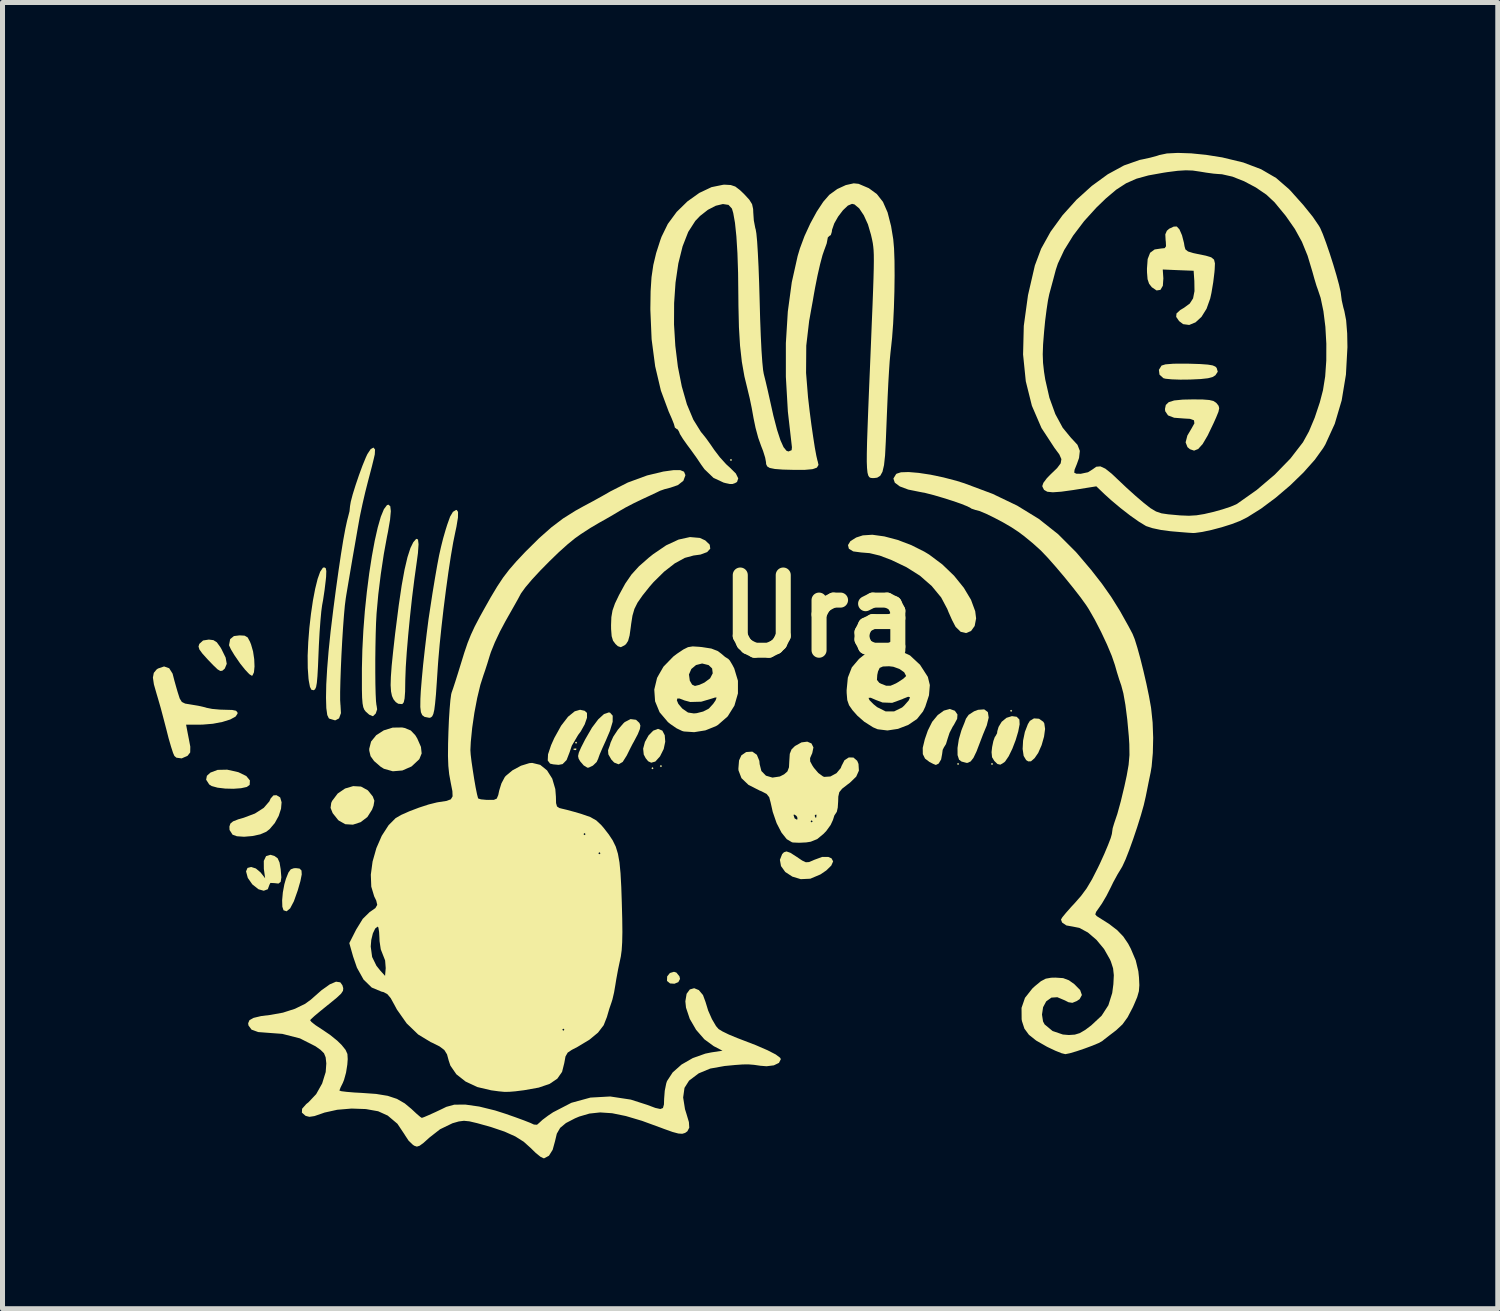
<source format=kicad_pcb>
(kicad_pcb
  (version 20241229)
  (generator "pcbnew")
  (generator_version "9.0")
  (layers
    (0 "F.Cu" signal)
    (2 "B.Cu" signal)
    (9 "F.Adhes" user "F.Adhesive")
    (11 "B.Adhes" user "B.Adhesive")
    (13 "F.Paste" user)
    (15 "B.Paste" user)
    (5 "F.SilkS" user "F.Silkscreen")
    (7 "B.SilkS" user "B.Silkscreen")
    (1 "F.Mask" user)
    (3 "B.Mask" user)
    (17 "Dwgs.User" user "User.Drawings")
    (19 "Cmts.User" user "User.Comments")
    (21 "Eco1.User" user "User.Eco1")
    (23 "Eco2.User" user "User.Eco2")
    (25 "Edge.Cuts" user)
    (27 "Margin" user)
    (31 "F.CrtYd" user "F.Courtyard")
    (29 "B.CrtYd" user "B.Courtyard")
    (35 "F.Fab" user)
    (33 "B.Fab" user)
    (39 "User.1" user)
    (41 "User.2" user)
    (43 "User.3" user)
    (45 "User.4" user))
  (footprint "Ura"
    (layer "F.Cu")
    (at 13.288 9.242)
    (property "Reference" "Ura" (at 0 0 0) (layer "F.SilkS") (effects (font (size 1.5 1.5) (thickness 0.3))))
    (attr board_only exclude_from_pos_files exclude_from_bom)
    (fp_poly (pts (xy -4.826 2.523) (xy -4.847 2.544) (xy -4.868 2.523) (xy -4.847 2.502)) (stroke (width 0) (type solid)) (fill yes) (layer "F.SilkS"))
    (fp_poly (pts (xy -3.302 3.032) (xy -3.323 3.053) (xy -3.344 3.032) (xy -3.323 3.011)) (stroke (width 0) (type solid)) (fill yes) (layer "F.SilkS"))
    (fp_poly (pts (xy -3.133 2.989) (xy -3.154 3.011) (xy -3.175 2.989) (xy -3.154 2.968)) (stroke (width 0) (type solid)) (fill yes) (layer "F.SilkS"))
    (fp_poly (pts (xy -1.736 -3.117) (xy -1.757 -3.095) (xy -1.778 -3.117) (xy -1.757 -3.138)) (stroke (width 0) (type solid)) (fill yes) (layer "F.SilkS"))
    (fp_poly (pts (xy 2.794 2.947) (xy 2.773 2.968) (xy 2.752 2.947) (xy 2.773 2.926)) (stroke (width 0) (type solid)) (fill yes) (layer "F.SilkS"))
    (fp_poly (pts (xy 3.471 2.947) (xy 3.45 2.968) (xy 3.429 2.947) (xy 3.45 2.926)) (stroke (width 0) (type solid)) (fill yes) (layer "F.SilkS"))
    (fp_poly (pts (xy 3.852 1.887) (xy 3.831 1.908) (xy 3.81 1.887) (xy 3.831 1.866)) (stroke (width 0) (type solid)) (fill yes) (layer "F.SilkS"))
    (fp_poly (pts (xy -4.84 2.643) (xy -4.846 2.668) (xy -4.868 2.671) (xy -4.903 2.656) (xy -4.897 2.643) (xy -4.846 2.638)) (stroke (width 0) (type solid)) (fill yes) (layer "F.SilkS"))
    (fp_poly (pts (xy -2.846 7.108) (xy -2.785 7.183) (xy -2.773 7.235) (xy -2.807 7.299) (xy -2.885 7.331) (xy -2.972 7.325) (xy -3.031 7.277) (xy -3.033 7.272) (xy -3.03 7.185) (xy -2.975 7.117) (xy -2.894 7.093)) (stroke (width 0) (type solid)) (fill yes) (layer "F.SilkS"))
    (fp_poly (pts (xy -3.126 2.282) (xy -3.078 2.374) (xy -3.068 2.503) (xy -3.099 2.649) (xy -3.171 2.793) (xy -3.176 2.8) (xy -3.266 2.899) (xy -3.348 2.922) (xy -3.409 2.893) (xy -3.458 2.833) (xy -3.497 2.759) (xy -3.509 2.642) (xy -3.473 2.507) (xy -3.401 2.378) (xy -3.308 2.283) (xy -3.212 2.247)) (stroke (width 0) (type solid)) (fill yes) (layer "F.SilkS"))
    (fp_poly (pts (xy -11.592 3.109) (xy -11.579 3.113) (xy -11.425 3.188) (xy -11.353 3.276) (xy -11.358 3.365) (xy -11.415 3.406) (xy -11.53 3.431) (xy -11.682 3.442) (xy -11.846 3.438) (xy -11.998 3.42) (xy -12.115 3.388) (xy -12.164 3.357) (xy -12.226 3.261) (xy -12.211 3.183) (xy -12.14 3.119) (xy -11.996 3.065) (xy -11.806 3.061)) (stroke (width 0) (type solid)) (fill yes) (layer "F.SilkS"))
    (fp_poly (pts (xy -10.362 5.034) (xy -10.324 5.072) (xy -10.319 5.15) (xy -10.345 5.282) (xy -10.399 5.47) (xy -10.476 5.687) (xy -10.55 5.827) (xy -10.62 5.886) (xy -10.682 5.866) (xy -10.706 5.795) (xy -10.71 5.667) (xy -10.696 5.51) (xy -10.666 5.348) (xy -10.634 5.237) (xy -10.584 5.112) (xy -10.538 5.049) (xy -10.476 5.027) (xy -10.433 5.025)) (stroke (width 0) (type solid)) (fill yes) (layer "F.SilkS"))
    (fp_poly (pts (xy 4.388 2.045) (xy 4.473 2.105) (xy 4.493 2.138) (xy 4.509 2.248) (xy 4.488 2.402) (xy 4.44 2.571) (xy 4.372 2.726) (xy 4.3 2.831) (xy 4.228 2.894) (xy 4.173 2.896) (xy 4.131 2.87) (xy 4.081 2.786) (xy 4.061 2.648) (xy 4.07 2.481) (xy 4.106 2.307) (xy 4.166 2.152) (xy 4.205 2.088) (xy 4.287 2.038)) (stroke (width 0) (type solid)) (fill yes) (layer "F.SilkS"))
    (fp_poly (pts (xy -12.081 0.477) (xy -12.013 0.52) (xy -11.944 0.615) (xy -11.921 0.654) (xy -11.837 0.825) (xy -11.815 0.95) (xy -11.853 1.042) (xy -11.862 1.052) (xy -11.903 1.087) (xy -11.944 1.092) (xy -11.998 1.06) (xy -12.082 0.98) (xy -12.188 0.87) (xy -12.3 0.746) (xy -12.36 0.664) (xy -12.378 0.605) (xy -12.362 0.552) (xy -12.362 0.552) (xy -12.287 0.484) (xy -12.173 0.466)) (stroke (width 0) (type solid)) (fill yes) (layer "F.SilkS"))
    (fp_poly (pts (xy -9.137 3.398) (xy -9.005 3.47) (xy -8.988 3.488) (xy -8.902 3.595) (xy -8.87 3.68) (xy -8.887 3.78) (xy -8.916 3.858) (xy -9.01 4.006) (xy -9.144 4.108) (xy -9.298 4.158) (xy -9.45 4.149) (xy -9.581 4.076) (xy -9.597 4.06) (xy -9.702 3.928) (xy -9.744 3.823) (xy -9.731 3.724) (xy -9.713 3.684) (xy -9.602 3.537) (xy -9.455 3.437) (xy -9.293 3.389)) (stroke (width 0) (type solid)) (fill yes) (layer "F.SilkS"))
    (fp_poly (pts (xy -11.458 0.388) (xy -11.398 0.423) (xy -11.352 0.508) (xy -11.33 0.563) (xy -11.29 0.703) (xy -11.267 0.857) (xy -11.261 1.002) (xy -11.272 1.118) (xy -11.301 1.182) (xy -11.316 1.187) (xy -11.366 1.155) (xy -11.447 1.069) (xy -11.545 0.947) (xy -11.57 0.911) (xy -11.664 0.774) (xy -11.733 0.659) (xy -11.767 0.585) (xy -11.769 0.576) (xy -11.747 0.457) (xy -11.672 0.396) (xy -11.558 0.382)) (stroke (width 0) (type solid)) (fill yes) (layer "F.SilkS"))
    (fp_poly (pts (xy -4.674 1.887) (xy -4.629 1.93) (xy -4.629 2.026) (xy -4.675 2.158) (xy -4.754 2.299) (xy -4.807 2.37) (xy -4.932 2.583) (xy -4.976 2.714) (xy -5.036 2.869) (xy -5.116 2.95) (xy -5.195 2.965) (xy -5.302 2.955) (xy -5.366 2.94) (xy -5.412 2.878) (xy -5.406 2.754) (xy -5.345 2.572) (xy -5.281 2.429) (xy -5.145 2.184) (xy -5.007 2.005) (xy -4.874 1.897) (xy -4.767 1.866)) (stroke (width 0) (type solid)) (fill yes) (layer "F.SilkS"))
    (fp_poly (pts (xy -8.264 2.23) (xy -8.143 2.28) (xy -8.054 2.374) (xy -8.015 2.438) (xy -7.941 2.607) (xy -7.927 2.737) (xy -7.972 2.848) (xy -7.981 2.859) (xy -8.129 2.997) (xy -8.311 3.077) (xy -8.502 3.093) (xy -8.68 3.043) (xy -8.747 3.001) (xy -8.876 2.889) (xy -8.946 2.792) (xy -8.972 2.683) (xy -8.973 2.645) (xy -8.936 2.5) (xy -8.833 2.373) (xy -8.683 2.277) (xy -8.505 2.222) (xy -8.317 2.219)) (stroke (width 0) (type solid)) (fill yes) (layer "F.SilkS"))
    (fp_poly (pts (xy 7.389 -5.037) (xy 7.608 -5.03) (xy 7.757 -5.019) (xy 7.852 -5.003) (xy 7.906 -4.979) (xy 7.932 -4.951) (xy 7.953 -4.877) (xy 7.907 -4.807) (xy 7.852 -4.772) (xy 7.759 -4.747) (xy 7.613 -4.731) (xy 7.4 -4.721) (xy 7.206 -4.719) (xy 7.036 -4.725) (xy 6.913 -4.737) (xy 6.869 -4.748) (xy 6.791 -4.819) (xy 6.779 -4.915) (xy 6.832 -5) (xy 6.91 -5.024) (xy 7.071 -5.037) (xy 7.315 -5.038)) (stroke (width 0) (type solid)) (fill yes) (layer "F.SilkS"))
    (fp_poly (pts (xy -10.749 3.615) (xy -10.721 3.711) (xy -10.732 3.84) (xy -10.779 3.984) (xy -10.857 4.126) (xy -10.96 4.247) (xy -11.026 4.299) (xy -11.146 4.351) (xy -11.304 4.385) (xy -11.47 4.399) (xy -11.613 4.389) (xy -11.699 4.358) (xy -11.759 4.264) (xy -11.762 4.196) (xy -11.742 4.136) (xy -11.689 4.092) (xy -11.584 4.051) (xy -11.476 4.02) (xy -11.253 3.936) (xy -11.077 3.823) (xy -10.964 3.692) (xy -10.94 3.637) (xy -10.884 3.574) (xy -10.823 3.57)) (stroke (width 0) (type solid)) (fill yes) (layer "F.SilkS"))
    (fp_poly (pts (xy -3.651 2.066) (xy -3.583 2.129) (xy -3.564 2.181) (xy -3.574 2.25) (xy -3.616 2.354) (xy -3.698 2.509) (xy -3.718 2.544) (xy -3.758 2.621) (xy -3.815 2.736) (xy -3.835 2.777) (xy -3.917 2.907) (xy -3.999 2.954) (xy -4.087 2.919) (xy -4.145 2.857) (xy -4.203 2.755) (xy -4.209 2.675) (xy -4.209 2.674) (xy -4.174 2.576) (xy -4.159 2.523) (xy -4.105 2.403) (xy -4.012 2.263) (xy -3.905 2.139) (xy -3.874 2.11) (xy -3.76 2.052)) (stroke (width 0) (type solid)) (fill yes) (layer "F.SilkS"))
    (fp_poly (pts (xy -0.572 4.719) (xy -0.45 4.797) (xy -0.449 4.798) (xy -0.336 4.874) (xy -0.263 4.908) (xy -0.199 4.904) (xy -0.114 4.868) (xy -0.105 4.863) (xy 0.06 4.802) (xy 0.185 4.802) (xy 0.248 4.829) (xy 0.281 4.89) (xy 0.244 4.974) (xy 0.145 5.071) (xy 0.027 5.151) (xy -0.174 5.236) (xy -0.365 5.245) (xy -0.533 5.194) (xy -0.674 5.102) (xy -0.759 4.984) (xy -0.781 4.859) (xy -0.736 4.745) (xy -0.701 4.709) (xy -0.649 4.692)) (stroke (width 0) (type solid)) (fill yes) (layer "F.SilkS"))
    (fp_poly (pts (xy -4.169 1.924) (xy -4.116 1.984) (xy -4.117 2.106) (xy -4.172 2.289) (xy -4.255 2.484) (xy -4.323 2.634) (xy -4.375 2.755) (xy -4.401 2.827) (xy -4.403 2.836) (xy -4.436 2.908) (xy -4.511 2.98) (xy -4.594 3.02) (xy -4.622 3.021) (xy -4.695 2.976) (xy -4.764 2.896) (xy -4.796 2.841) (xy -4.807 2.789) (xy -4.792 2.721) (xy -4.747 2.618) (xy -4.667 2.461) (xy -4.657 2.443) (xy -4.529 2.222) (xy -4.404 2.056) (xy -4.29 1.952) (xy -4.194 1.919)) (stroke (width 0) (type solid)) (fill yes) (layer "F.SilkS"))
    (fp_poly (pts (xy 3.367 1.912) (xy 3.384 2.022) (xy 3.345 2.18) (xy 3.328 2.22) (xy 3.271 2.358) (xy 3.216 2.502) (xy 3.141 2.698) (xy 3.08 2.825) (xy 3.025 2.896) (xy 2.967 2.924) (xy 2.943 2.926) (xy 2.842 2.899) (xy 2.793 2.862) (xy 2.763 2.771) (xy 2.762 2.627) (xy 2.788 2.456) (xy 2.838 2.282) (xy 2.855 2.237) (xy 2.899 2.129) (xy 2.926 2.056) (xy 2.929 2.046) (xy 2.983 1.968) (xy 3.092 1.897) (xy 3.171 1.867) (xy 3.294 1.858)) (stroke (width 0) (type solid)) (fill yes) (layer "F.SilkS"))
    (fp_poly (pts (xy 3.943 2.006) (xy 3.996 2.061) (xy 4.001 2.156) (xy 3.973 2.3) (xy 3.922 2.471) (xy 3.856 2.643) (xy 3.783 2.793) (xy 3.713 2.896) (xy 3.693 2.915) (xy 3.617 2.961) (xy 3.559 2.948) (xy 3.496 2.887) (xy 3.451 2.813) (xy 3.441 2.712) (xy 3.452 2.611) (xy 3.477 2.49) (xy 3.506 2.409) (xy 3.519 2.393) (xy 3.551 2.335) (xy 3.556 2.293) (xy 3.581 2.208) (xy 3.642 2.107) (xy 3.644 2.105) (xy 3.738 2.027) (xy 3.847 1.993)) (stroke (width 0) (type solid)) (fill yes) (layer "F.SilkS"))
    (fp_poly (pts (xy -10.864 4.782) (xy -10.8 4.828) (xy -10.762 4.912) (xy -10.739 5.048) (xy -10.726 5.208) (xy -10.739 5.299) (xy -10.783 5.333) (xy -10.863 5.324) (xy -10.944 5.32) (xy -10.964 5.358) (xy -10.996 5.446) (xy -11.077 5.476) (xy -11.181 5.447) (xy -11.304 5.35) (xy -11.395 5.22) (xy -11.43 5.09) (xy -11.43 5.09) (xy -11.401 5.021) (xy -11.328 5.002) (xy -11.234 5.032) (xy -11.143 5.108) (xy -11.137 5.115) (xy -11.049 5.227) (xy -11.075 5.04) (xy -11.076 4.881) (xy -11.031 4.786) (xy -10.943 4.759)) (stroke (width 0) (type solid)) (fill yes) (layer "F.SilkS"))
    (fp_poly (pts (xy 2.707 1.885) (xy 2.712 1.89) (xy 2.761 1.96) (xy 2.755 2.046) (xy 2.69 2.167) (xy 2.665 2.205) (xy 2.603 2.326) (xy 2.563 2.448) (xy 2.532 2.55) (xy 2.496 2.608) (xy 2.494 2.61) (xy 2.466 2.666) (xy 2.455 2.75) (xy 2.435 2.857) (xy 2.385 2.94) (xy 2.33 2.967) (xy 2.28 2.947) (xy 2.203 2.908) (xy 2.114 2.84) (xy 2.07 2.751) (xy 2.068 2.626) (xy 2.11 2.453) (xy 2.17 2.28) (xy 2.256 2.107) (xy 2.367 1.972) (xy 2.489 1.883) (xy 2.607 1.85)) (stroke (width 0) (type solid)) (fill yes) (layer "F.SilkS"))
    (fp_poly (pts (xy 7.656 -4.323) (xy 7.784 -4.313) (xy 7.865 -4.294) (xy 7.918 -4.26) (xy 7.935 -4.243) (xy 7.97 -4.197) (xy 7.982 -4.149) (xy 7.967 -4.078) (xy 7.921 -3.965) (xy 7.87 -3.851) (xy 7.752 -3.605) (xy 7.652 -3.435) (xy 7.563 -3.336) (xy 7.481 -3.303) (xy 7.399 -3.331) (xy 7.349 -3.373) (xy 7.312 -3.468) (xy 7.347 -3.604) (xy 7.43 -3.745) (xy 7.487 -3.847) (xy 7.479 -3.908) (xy 7.4 -3.937) (xy 7.279 -3.944) (xy 7.083 -3.959) (xy 6.961 -4.006) (xy 6.905 -4.089) (xy 6.9 -4.134) (xy 6.917 -4.214) (xy 6.975 -4.27) (xy 7.084 -4.304) (xy 7.257 -4.321) (xy 7.462 -4.325)) (stroke (width 0) (type solid)) (fill yes) (layer "F.SilkS"))
    (fp_poly (pts (xy -9.841 -0.96) (xy -9.829 -0.902) (xy -9.833 -0.786) (xy -9.841 -0.71) (xy -9.864 -0.519) (xy -9.894 -0.319) (xy -9.913 -0.217) (xy -9.929 -0.096) (xy -9.946 0.089) (xy -9.963 0.318) (xy -9.977 0.572) (xy -9.984 0.737) (xy -9.995 1.004) (xy -10.006 1.198) (xy -10.018 1.331) (xy -10.033 1.413) (xy -10.053 1.457) (xy -10.078 1.475) (xy -10.083 1.476) (xy -10.126 1.467) (xy -10.155 1.41) (xy -10.178 1.29) (xy -10.184 1.246) (xy -10.199 1.034) (xy -10.201 0.785) (xy -10.189 0.514) (xy -10.167 0.232) (xy -10.135 -0.047) (xy -10.096 -0.312) (xy -10.051 -0.548) (xy -10.002 -0.745) (xy -9.951 -0.888) (xy -9.899 -0.965) (xy -9.874 -0.975)) (stroke (width 0) (type solid)) (fill yes) (layer "F.SilkS"))
    (fp_poly (pts (xy -8 -1.531) (xy -7.989 -1.436) (xy -8.001 -1.26) (xy -8.025 -1.081) (xy -8.072 -0.742) (xy -8.118 -0.375) (xy -8.159 0.002) (xy -8.195 0.371) (xy -8.224 0.714) (xy -8.244 1.013) (xy -8.253 1.251) (xy -8.254 1.299) (xy -8.257 1.505) (xy -8.267 1.639) (xy -8.284 1.717) (xy -8.312 1.751) (xy -8.317 1.753) (xy -8.394 1.746) (xy -8.444 1.713) (xy -8.488 1.659) (xy -8.519 1.592) (xy -8.538 1.5) (xy -8.546 1.375) (xy -8.541 1.208) (xy -8.525 0.987) (xy -8.496 0.704) (xy -8.456 0.348) (xy -8.444 0.254) (xy -8.384 -0.218) (xy -8.326 -0.611) (xy -8.268 -0.93) (xy -8.21 -1.177) (xy -8.151 -1.36) (xy -8.094 -1.476) (xy -8.035 -1.544)) (stroke (width 0) (type solid)) (fill yes) (layer "F.SilkS"))
    (fp_poly (pts (xy 1.303 -1.592) (xy 1.568 -1.522) (xy 1.841 -1.418) (xy 2.1 -1.288) (xy 2.196 -1.23) (xy 2.459 -1.033) (xy 2.693 -0.808) (xy 2.887 -0.568) (xy 3.031 -0.328) (xy 3.115 -0.1) (xy 3.133 0.043) (xy 3.104 0.195) (xy 3.032 0.295) (xy 2.933 0.336) (xy 2.825 0.311) (xy 2.726 0.214) (xy 2.718 0.201) (xy 2.653 0.076) (xy 2.584 -0.079) (xy 2.558 -0.144) (xy 2.436 -0.374) (xy 2.248 -0.602) (xy 2.011 -0.809) (xy 1.743 -0.978) (xy 1.729 -0.985) (xy 1.446 -1.12) (xy 1.212 -1.209) (xy 1.01 -1.258) (xy 0.838 -1.272) (xy 0.681 -1.293) (xy 0.595 -1.346) (xy 0.577 -1.419) (xy 0.626 -1.498) (xy 0.741 -1.57) (xy 0.874 -1.613) (xy 1.064 -1.625)) (stroke (width 0) (type solid)) (fill yes) (layer "F.SilkS"))
    (fp_poly (pts (xy -2.379 -1.562) (xy -2.271 -1.513) (xy -2.181 -1.427) (xy -2.17 -1.347) (xy -2.233 -1.279) (xy -2.364 -1.23) (xy -2.503 -1.211) (xy -2.677 -1.164) (xy -2.878 -1.054) (xy -3.09 -0.889) (xy -3.301 -0.681) (xy -3.377 -0.594) (xy -3.521 -0.414) (xy -3.62 -0.272) (xy -3.683 -0.146) (xy -3.722 -0.011) (xy -3.748 0.155) (xy -3.755 0.211) (xy -3.779 0.383) (xy -3.809 0.492) (xy -3.851 0.557) (xy -3.881 0.581) (xy -3.954 0.618) (xy -4.013 0.598) (xy -4.061 0.554) (xy -4.11 0.488) (xy -4.137 0.398) (xy -4.148 0.258) (xy -4.149 0.179) (xy -4.143 0.018) (xy -4.12 -0.115) (xy -4.071 -0.254) (xy -3.989 -0.425) (xy -3.867 -0.649) (xy -3.742 -0.831) (xy -3.594 -0.994) (xy -3.4 -1.165) (xy -3.31 -1.237) (xy -3.05 -1.414) (xy -2.802 -1.529) (xy -2.575 -1.579)) (stroke (width 0) (type solid)) (fill yes) (layer "F.SilkS"))
    (fp_poly (pts (xy -8.553 -2.194) (xy -8.542 -2.096) (xy -8.557 -1.927) (xy -8.599 -1.683) (xy -8.618 -1.59) (xy -8.682 -1.239) (xy -8.742 -0.841) (xy -8.792 -0.436) (xy -8.826 -0.061) (xy -8.827 -0.046) (xy -8.837 0.137) (xy -8.844 0.361) (xy -8.849 0.609) (xy -8.852 0.866) (xy -8.852 1.118) (xy -8.85 1.35) (xy -8.845 1.546) (xy -8.838 1.692) (xy -8.829 1.773) (xy -8.826 1.782) (xy -8.815 1.858) (xy -8.843 1.941) (xy -8.894 1.991) (xy -8.907 1.993) (xy -8.973 1.964) (xy -9.042 1.903) (xy -9.071 1.865) (xy -9.092 1.814) (xy -9.106 1.738) (xy -9.115 1.624) (xy -9.119 1.459) (xy -9.119 1.23) (xy -9.119 1.045) (xy -9.11 0.671) (xy -9.09 0.284) (xy -9.06 -0.105) (xy -9.02 -0.487) (xy -8.973 -0.855) (xy -8.92 -1.197) (xy -8.863 -1.506) (xy -8.803 -1.771) (xy -8.742 -1.984) (xy -8.68 -2.135) (xy -8.62 -2.215) (xy -8.591 -2.226)) (stroke (width 0) (type solid)) (fill yes) (layer "F.SilkS"))
    (fp_poly (pts (xy -7.201 -2.081) (xy -7.203 -1.968) (xy -7.233 -1.785) (xy -7.256 -1.678) (xy -7.298 -1.472) (xy -7.345 -1.198) (xy -7.394 -0.876) (xy -7.443 -0.52) (xy -7.49 -0.15) (xy -7.532 0.217) (xy -7.568 0.564) (xy -7.595 0.874) (xy -7.604 0.996) (xy -7.625 1.316) (xy -7.642 1.561) (xy -7.659 1.742) (xy -7.675 1.868) (xy -7.694 1.949) (xy -7.716 1.996) (xy -7.743 2.019) (xy -7.772 2.027) (xy -7.869 2.008) (xy -7.916 1.973) (xy -7.942 1.914) (xy -7.954 1.811) (xy -7.952 1.648) (xy -7.944 1.494) (xy -7.925 1.26) (xy -7.898 0.971) (xy -7.863 0.655) (xy -7.826 0.342) (xy -7.79 0.06) (xy -7.768 -0.085) (xy -7.711 -0.458) (xy -7.661 -0.761) (xy -7.618 -1.009) (xy -7.579 -1.214) (xy -7.539 -1.391) (xy -7.498 -1.554) (xy -7.451 -1.717) (xy -7.418 -1.823) (xy -7.359 -1.988) (xy -7.303 -2.082) (xy -7.244 -2.118) (xy -7.228 -2.12)) (stroke (width 0) (type solid)) (fill yes) (layer "F.SilkS"))
    (fp_poly (pts (xy -12.963 1.038) (xy -12.895 1.146) (xy -12.887 1.178) (xy -12.859 1.286) (xy -12.818 1.432) (xy -12.794 1.514) (xy -12.753 1.642) (xy -12.71 1.711) (xy -12.644 1.743) (xy -12.534 1.761) (xy -12.384 1.786) (xy -12.248 1.817) (xy -12.217 1.827) (xy -12.106 1.849) (xy -11.951 1.863) (xy -11.847 1.866) (xy -11.706 1.87) (xy -11.631 1.885) (xy -11.602 1.917) (xy -11.599 1.942) (xy -11.639 2.002) (xy -11.745 2.06) (xy -11.902 2.109) (xy -12.091 2.145) (xy -12.294 2.162) (xy -12.347 2.163) (xy -12.626 2.163) (xy -12.596 2.322) (xy -12.568 2.465) (xy -12.543 2.597) (xy -12.542 2.604) (xy -12.544 2.717) (xy -12.596 2.784) (xy -12.714 2.836) (xy -12.819 2.822) (xy -12.859 2.788) (xy -12.886 2.727) (xy -12.926 2.603) (xy -12.975 2.434) (xy -13.016 2.272) (xy -13.073 2.053) (xy -13.131 1.834) (xy -13.185 1.647) (xy -13.212 1.556) (xy -13.268 1.36) (xy -13.288 1.224) (xy -13.27 1.13) (xy -13.215 1.063) (xy -13.186 1.043) (xy -13.065 1.002)) (stroke (width 0) (type solid)) (fill yes) (layer "F.SilkS"))
    (fp_poly (pts (xy 7.189 -7.716) (xy 7.24 -7.599) (xy 7.279 -7.447) (xy 7.29 -7.38) (xy 7.308 -7.317) (xy 7.36 -7.276) (xy 7.464 -7.244) (xy 7.539 -7.228) (xy 7.715 -7.192) (xy 7.823 -7.159) (xy 7.879 -7.113) (xy 7.897 -7.039) (xy 7.892 -6.921) (xy 7.887 -6.862) (xy 7.863 -6.663) (xy 7.827 -6.448) (xy 7.803 -6.339) (xy 7.73 -6.134) (xy 7.629 -5.972) (xy 7.51 -5.862) (xy 7.384 -5.81) (xy 7.263 -5.826) (xy 7.182 -5.887) (xy 7.124 -5.971) (xy 7.13 -6.039) (xy 7.205 -6.108) (xy 7.281 -6.153) (xy 7.394 -6.236) (xy 7.461 -6.34) (xy 7.489 -6.485) (xy 7.486 -6.692) (xy 7.485 -6.701) (xy 7.472 -6.891) (xy 7.164 -6.903) (xy 6.856 -6.916) (xy 6.868 -6.739) (xy 6.858 -6.592) (xy 6.81 -6.51) (xy 6.733 -6.498) (xy 6.637 -6.563) (xy 6.583 -6.633) (xy 6.553 -6.723) (xy 6.542 -6.859) (xy 6.541 -6.932) (xy 6.555 -7.125) (xy 6.604 -7.25) (xy 6.694 -7.316) (xy 6.822 -7.335) (xy 6.894 -7.342) (xy 6.921 -7.379) (xy 6.917 -7.469) (xy 6.913 -7.5) (xy 6.907 -7.617) (xy 6.938 -7.689) (xy 6.985 -7.73) (xy 7.075 -7.772) (xy 7.136 -7.774)) (stroke (width 0) (type solid)) (fill yes) (layer "F.SilkS"))
    (fp_poly (pts (xy -8.857 -3.325) (xy -8.862 -3.228) (xy -8.882 -3.141) (xy -8.918 -2.994) (xy -8.965 -2.814) (xy -8.997 -2.693) (xy -9.053 -2.472) (xy -9.106 -2.243) (xy -9.149 -2.042) (xy -9.163 -1.972) (xy -9.206 -1.731) (xy -9.254 -1.454) (xy -9.305 -1.163) (xy -9.353 -0.88) (xy -9.396 -0.627) (xy -9.43 -0.425) (xy -9.441 -0.355) (xy -9.459 -0.214) (xy -9.477 -0.015) (xy -9.495 0.226) (xy -9.512 0.494) (xy -9.527 0.771) (xy -9.539 1.044) (xy -9.548 1.296) (xy -9.553 1.511) (xy -9.553 1.674) (xy -9.547 1.769) (xy -9.546 1.772) (xy -9.537 1.933) (xy -9.575 2.038) (xy -9.652 2.078) (xy -9.762 2.046) (xy -9.779 2.036) (xy -9.81 1.971) (xy -9.829 1.832) (xy -9.835 1.625) (xy -9.83 1.361) (xy -9.812 1.046) (xy -9.783 0.691) (xy -9.743 0.303) (xy -9.737 0.254) (xy -9.688 -0.148) (xy -9.637 -0.537) (xy -9.586 -0.902) (xy -9.537 -1.233) (xy -9.491 -1.518) (xy -9.449 -1.746) (xy -9.414 -1.908) (xy -9.398 -1.968) (xy -9.366 -2.094) (xy -9.356 -2.194) (xy -9.341 -2.284) (xy -9.302 -2.432) (xy -9.245 -2.615) (xy -9.178 -2.812) (xy -9.108 -3.003) (xy -9.042 -3.164) (xy -9.009 -3.235) (xy -8.943 -3.334) (xy -8.888 -3.364)) (stroke (width 0) (type solid)) (fill yes) (layer "F.SilkS"))
    (fp_poly (pts (xy 1.577 0.672) (xy 1.814 0.782) (xy 2.014 0.968) (xy 2.17 1.21) (xy 2.21 1.373) (xy 2.193 1.577) (xy 2.119 1.804) (xy 2.074 1.899) (xy 1.954 2.05) (xy 1.78 2.168) (xy 1.575 2.247) (xy 1.364 2.279) (xy 1.169 2.255) (xy 1.077 2.216) (xy 0.901 2.104) (xy 0.765 1.985) (xy 0.666 1.873) (xy 0.598 1.775) (xy 0.563 1.674) (xy 0.559 1.629) (xy 0.987 1.629) (xy 1.006 1.674) (xy 1.086 1.755) (xy 1.159 1.814) (xy 1.327 1.898) (xy 1.497 1.899) (xy 1.656 1.821) (xy 1.697 1.784) (xy 1.789 1.679) (xy 1.815 1.618) (xy 1.778 1.606) (xy 1.677 1.646) (xy 1.662 1.654) (xy 1.458 1.728) (xy 1.266 1.721) (xy 1.137 1.672) (xy 1.03 1.626) (xy 0.987 1.629) (xy 0.559 1.629) (xy 0.551 1.534) (xy 0.55 1.477) (xy 0.57 1.27) (xy 1.155 1.27) (xy 1.2 1.327) (xy 1.235 1.346) (xy 1.34 1.387) (xy 1.428 1.386) (xy 1.534 1.34) (xy 1.585 1.31) (xy 1.679 1.248) (xy 1.732 1.199) (xy 1.736 1.19) (xy 1.698 1.118) (xy 1.604 1.052) (xy 1.481 1.008) (xy 1.396 0.998) (xy 1.274 1.003) (xy 1.209 1.031) (xy 1.176 1.102) (xy 1.161 1.172) (xy 1.155 1.27) (xy 0.57 1.27) (xy 0.575 1.223) (xy 0.654 1.021) (xy 0.798 0.851) (xy 0.885 0.781) (xy 1.022 0.692) (xy 1.144 0.649) (xy 1.293 0.637) (xy 1.302 0.637)) (stroke (width 0) (type solid)) (fill yes) (layer "F.SilkS"))
    (fp_poly (pts (xy -2.392 0.61) (xy -2.333 0.616) (xy -2.148 0.645) (xy -2.022 0.694) (xy -1.952 0.746) (xy -1.872 0.814) (xy -1.818 0.847) (xy -1.814 0.848) (xy -1.781 0.883) (xy -1.728 0.972) (xy -1.692 1.041) (xy -1.618 1.287) (xy -1.618 1.54) (xy -1.688 1.783) (xy -1.822 1.998) (xy -2.015 2.167) (xy -2.06 2.194) (xy -2.267 2.277) (xy -2.491 2.313) (xy -2.695 2.299) (xy -2.731 2.289) (xy -2.84 2.237) (xy -2.967 2.15) (xy -3.015 2.111) (xy -3.181 1.915) (xy -3.271 1.696) (xy -3.272 1.679) (xy -2.836 1.679) (xy -2.807 1.748) (xy -2.735 1.834) (xy -2.72 1.848) (xy -2.614 1.921) (xy -2.498 1.939) (xy -2.441 1.934) (xy -2.311 1.901) (xy -2.204 1.846) (xy -2.194 1.838) (xy -2.111 1.747) (xy -2.065 1.68) (xy -2.043 1.622) (xy -2.077 1.622) (xy -2.101 1.631) (xy -2.349 1.705) (xy -2.568 1.711) (xy -2.684 1.68) (xy -2.782 1.642) (xy -2.826 1.641) (xy -2.836 1.677) (xy -2.836 1.679) (xy -3.272 1.679) (xy -3.287 1.463) (xy -3.231 1.23) (xy -3.193 1.162) (xy -2.595 1.162) (xy -2.578 1.287) (xy -2.577 1.288) (xy -2.532 1.365) (xy -2.476 1.391) (xy -2.387 1.369) (xy -2.286 1.323) (xy -2.173 1.239) (xy -2.121 1.139) (xy -2.133 1.042) (xy -2.203 0.975) (xy -2.332 0.943) (xy -2.454 0.974) (xy -2.548 1.053) (xy -2.595 1.162) (xy -3.193 1.162) (xy -3.104 1.007) (xy -2.908 0.805) (xy -2.836 0.75) (xy -2.708 0.664) (xy -2.614 0.617) (xy -2.52 0.602)) (stroke (width 0) (type solid)) (fill yes) (layer "F.SilkS"))
    (fp_poly (pts (xy -0.151 2.538) (xy -0.112 2.617) (xy -0.136 2.733) (xy -0.143 2.747) (xy -0.179 2.83) (xy -0.177 2.897) (xy -0.131 2.982) (xy -0.102 3.025) (xy -0.015 3.127) (xy 0.078 3.195) (xy 0.103 3.205) (xy 0.226 3.197) (xy 0.348 3.131) (xy 0.433 3.029) (xy 0.449 2.986) (xy 0.507 2.873) (xy 0.593 2.817) (xy 0.686 2.819) (xy 0.761 2.884) (xy 0.787 2.947) (xy 0.795 3.08) (xy 0.741 3.2) (xy 0.616 3.321) (xy 0.569 3.356) (xy 0.46 3.441) (xy 0.404 3.51) (xy 0.384 3.598) (xy 0.381 3.694) (xy 0.373 3.818) (xy 0.354 3.902) (xy 0.342 3.92) (xy 0.305 3.976) (xy 0.277 4.065) (xy 0.231 4.164) (xy 0.145 4.283) (xy 0.092 4.339) (xy -0.037 4.446) (xy -0.166 4.498) (xy -0.255 4.512) (xy -0.395 4.519) (xy -0.513 4.514) (xy -0.539 4.51) (xy -0.645 4.447) (xy -0.75 4.315) (xy -0.846 4.129) (xy -0.859 4.092) (xy -0.169 4.092) (xy -0.148 4.113) (xy -0.127 4.092) (xy -0.148 4.071) (xy -0.169 4.092) (xy -0.859 4.092) (xy -0.901 3.97) (xy -0.508 3.97) (xy -0.487 4.033) (xy -0.445 4.057) (xy -0.43 4.049) (xy -0.436 4.005) (xy -0.451 3.986) (xy -0.085 3.986) (xy -0.069 4.021) (xy -0.056 4.014) (xy -0.051 3.964) (xy -0.056 3.958) (xy -0.082 3.964) (xy -0.085 3.986) (xy -0.451 3.986) (xy -0.458 3.977) (xy -0.501 3.953) (xy -0.508 3.97) (xy -0.901 3.97) (xy -0.924 3.903) (xy -0.966 3.716) (xy -0.994 3.611) (xy -1.046 3.545) (xy -1.148 3.492) (xy -1.186 3.477) (xy -1.408 3.364) (xy -1.548 3.23) (xy -1.607 3.075) (xy -1.609 3.04) (xy -1.596 2.877) (xy -1.55 2.776) (xy -1.462 2.715) (xy -1.449 2.709) (xy -1.331 2.701) (xy -1.241 2.764) (xy -1.191 2.885) (xy -1.185 2.951) (xy -1.15 3.088) (xy -1.059 3.181) (xy -0.929 3.219) (xy -0.782 3.197) (xy -0.697 3.154) (xy -0.631 3.096) (xy -0.6 3.014) (xy -0.593 2.882) (xy -0.584 2.745) (xy -0.549 2.657) (xy -0.481 2.59) (xy -0.351 2.517) (xy -0.235 2.502)) (stroke (width 0) (type solid)) (fill yes) (layer "F.SilkS"))
    (fp_poly (pts (xy 7.423 -9.233) (xy 7.722 -9.203) (xy 8.037 -9.153) (xy 8.039 -9.153) (xy 8.462 -9.051) (xy 8.818 -8.916) (xy 9.117 -8.742) (xy 9.372 -8.521) (xy 9.405 -8.487) (xy 9.659 -8.203) (xy 9.847 -7.97) (xy 9.971 -7.788) (xy 9.996 -7.745) (xy 10.049 -7.623) (xy 10.114 -7.448) (xy 10.185 -7.241) (xy 10.256 -7.019) (xy 10.32 -6.804) (xy 10.372 -6.613) (xy 10.405 -6.467) (xy 10.414 -6.395) (xy 10.427 -6.297) (xy 10.458 -6.16) (xy 10.478 -6.089) (xy 10.514 -5.903) (xy 10.535 -5.64) (xy 10.54 -5.368) (xy 10.51 -4.819) (xy 10.425 -4.305) (xy 10.287 -3.838) (xy 10.1 -3.428) (xy 10.057 -3.355) (xy 9.889 -3.121) (xy 9.662 -2.866) (xy 9.396 -2.608) (xy 9.108 -2.363) (xy 8.817 -2.146) (xy 8.541 -1.973) (xy 8.392 -1.899) (xy 8.23 -1.837) (xy 8.034 -1.775) (xy 7.83 -1.721) (xy 7.643 -1.681) (xy 7.498 -1.661) (xy 7.456 -1.66) (xy 7.361 -1.666) (xy 7.211 -1.678) (xy 7.036 -1.693) (xy 7.006 -1.696) (xy 6.823 -1.72) (xy 6.653 -1.756) (xy 6.53 -1.796) (xy 6.519 -1.801) (xy 6.381 -1.885) (xy 6.205 -2.009) (xy 6.012 -2.159) (xy 5.826 -2.315) (xy 5.699 -2.43) (xy 5.531 -2.591) (xy 5.069 -2.517) (xy 4.831 -2.484) (xy 4.663 -2.472) (xy 4.553 -2.483) (xy 4.488 -2.52) (xy 4.456 -2.584) (xy 4.453 -2.598) (xy 4.475 -2.661) (xy 4.545 -2.754) (xy 4.616 -2.827) (xy 4.749 -2.955) (xy 4.82 -3.05) (xy 4.834 -3.134) (xy 4.793 -3.227) (xy 4.7 -3.353) (xy 4.695 -3.36) (xy 4.437 -3.754) (xy 4.246 -4.197) (xy 4.124 -4.686) (xy 4.07 -5.219) (xy 4.07 -5.226) (xy 4.462 -5.226) (xy 4.468 -5.053) (xy 4.488 -4.874) (xy 4.512 -4.722) (xy 4.595 -4.358) (xy 4.713 -4.032) (xy 4.86 -3.76) (xy 5.028 -3.555) (xy 5.039 -3.545) (xy 5.155 -3.419) (xy 5.202 -3.298) (xy 5.186 -3.157) (xy 5.144 -3.038) (xy 5.097 -2.922) (xy 5.09 -2.864) (xy 5.131 -2.843) (xy 5.22 -2.841) (xy 5.365 -2.872) (xy 5.454 -2.928) (xy 5.531 -2.982) (xy 5.612 -2.989) (xy 5.71 -2.944) (xy 5.837 -2.843) (xy 5.967 -2.72) (xy 6.13 -2.566) (xy 6.314 -2.4) (xy 6.467 -2.269) (xy 6.61 -2.156) (xy 6.722 -2.089) (xy 6.832 -2.052) (xy 6.969 -2.032) (xy 6.971 -2.032) (xy 7.202 -2.011) (xy 7.378 -2.004) (xy 7.528 -2.013) (xy 7.682 -2.038) (xy 7.867 -2.081) (xy 7.876 -2.083) (xy 8.053 -2.133) (xy 8.21 -2.185) (xy 8.319 -2.231) (xy 8.339 -2.242) (xy 8.73 -2.518) (xy 9.091 -2.825) (xy 9.403 -3.146) (xy 9.65 -3.466) (xy 9.653 -3.47) (xy 9.772 -3.686) (xy 9.887 -3.96) (xy 9.989 -4.266) (xy 10.052 -4.508) (xy 10.096 -4.783) (xy 10.118 -5.099) (xy 10.119 -5.436) (xy 10.1 -5.772) (xy 10.061 -6.084) (xy 10.005 -6.351) (xy 9.952 -6.509) (xy 9.922 -6.593) (xy 9.881 -6.729) (xy 9.842 -6.869) (xy 9.745 -7.192) (xy 9.632 -7.469) (xy 9.491 -7.725) (xy 9.309 -7.986) (xy 9.085 -8.258) (xy 8.923 -8.409) (xy 8.712 -8.553) (xy 8.478 -8.677) (xy 8.245 -8.769) (xy 8.037 -8.816) (xy 7.974 -8.82) (xy 7.873 -8.828) (xy 7.725 -8.848) (xy 7.597 -8.869) (xy 7.455 -8.89) (xy 7.316 -8.895) (xy 7.154 -8.885) (xy 6.943 -8.858) (xy 6.866 -8.846) (xy 6.571 -8.793) (xy 6.331 -8.727) (xy 6.125 -8.636) (xy 5.929 -8.509) (xy 5.723 -8.335) (xy 5.534 -8.153) (xy 5.288 -7.882) (xy 5.069 -7.593) (xy 4.89 -7.304) (xy 4.764 -7.035) (xy 4.723 -6.912) (xy 4.674 -6.727) (xy 4.623 -6.538) (xy 4.592 -6.424) (xy 4.566 -6.298) (xy 4.538 -6.112) (xy 4.51 -5.893) (xy 4.489 -5.676) (xy 4.469 -5.424) (xy 4.462 -5.226) (xy 4.07 -5.226) (xy 4.084 -5.792) (xy 4.168 -6.404) (xy 4.305 -6.997) (xy 4.43 -7.331) (xy 4.618 -7.669) (xy 4.857 -7.998) (xy 5.135 -8.307) (xy 5.44 -8.583) (xy 5.76 -8.816) (xy 6.083 -8.992) (xy 6.396 -9.102) (xy 6.456 -9.114) (xy 6.607 -9.147) (xy 6.743 -9.184) (xy 6.787 -9.199) (xy 6.939 -9.231) (xy 7.156 -9.242)) (stroke (width 0) (type solid)) (fill yes) (layer "F.SilkS"))
    (fp_poly (pts (xy 1.988 -2.859) (xy 2.225 -2.823) (xy 2.481 -2.769) (xy 2.742 -2.701) (xy 2.9 -2.651) (xy 3.462 -2.441) (xy 3.952 -2.206) (xy 4.384 -1.941) (xy 4.769 -1.636) (xy 5.12 -1.285) (xy 5.169 -1.229) (xy 5.429 -0.922) (xy 5.643 -0.648) (xy 5.828 -0.385) (xy 6.001 -0.108) (xy 6.177 0.207) (xy 6.254 0.353) (xy 6.297 0.459) (xy 6.35 0.63) (xy 6.41 0.848) (xy 6.471 1.093) (xy 6.53 1.348) (xy 6.581 1.593) (xy 6.62 1.81) (xy 6.625 1.845) (xy 6.654 2.121) (xy 6.665 2.427) (xy 6.658 2.729) (xy 6.634 2.998) (xy 6.614 3.117) (xy 6.576 3.3) (xy 6.54 3.481) (xy 6.515 3.604) (xy 6.477 3.769) (xy 6.418 3.977) (xy 6.346 4.207) (xy 6.267 4.442) (xy 6.188 4.662) (xy 6.115 4.849) (xy 6.054 4.982) (xy 6.03 5.025) (xy 5.955 5.148) (xy 5.869 5.306) (xy 5.815 5.417) (xy 5.734 5.576) (xy 5.646 5.726) (xy 5.592 5.805) (xy 5.527 5.897) (xy 5.51 5.948) (xy 5.539 5.982) (xy 5.561 5.996) (xy 5.784 6.137) (xy 5.947 6.262) (xy 6.068 6.388) (xy 6.166 6.532) (xy 6.218 6.631) (xy 6.317 6.864) (xy 6.369 7.082) (xy 6.382 7.207) (xy 6.389 7.36) (xy 6.38 7.48) (xy 6.346 7.599) (xy 6.282 7.75) (xy 6.256 7.807) (xy 6.155 8) (xy 6.053 8.141) (xy 5.928 8.258) (xy 5.902 8.278) (xy 5.783 8.369) (xy 5.689 8.442) (xy 5.647 8.476) (xy 5.578 8.514) (xy 5.453 8.566) (xy 5.299 8.623) (xy 5.14 8.677) (xy 5.005 8.717) (xy 4.917 8.735) (xy 4.911 8.735) (xy 4.837 8.717) (xy 4.713 8.667) (xy 4.565 8.597) (xy 4.543 8.586) (xy 4.33 8.464) (xy 4.186 8.349) (xy 4.096 8.226) (xy 4.048 8.079) (xy 4.041 8.04) (xy 4.039 7.812) (xy 4.108 7.612) (xy 4.255 7.426) (xy 4.306 7.379) (xy 4.425 7.281) (xy 4.522 7.23) (xy 4.63 7.211) (xy 4.716 7.209) (xy 4.869 7.219) (xy 4.984 7.262) (xy 5.092 7.339) (xy 5.208 7.457) (xy 5.243 7.556) (xy 5.198 7.638) (xy 5.14 7.677) (xy 5.053 7.712) (xy 4.975 7.7) (xy 4.903 7.663) (xy 4.753 7.6) (xy 4.634 7.608) (xy 4.531 7.683) (xy 4.469 7.799) (xy 4.447 7.946) (xy 4.468 8.083) (xy 4.499 8.142) (xy 4.658 8.274) (xy 4.864 8.344) (xy 4.983 8.354) (xy 5.102 8.346) (xy 5.201 8.316) (xy 5.31 8.252) (xy 5.428 8.163) (xy 5.636 7.969) (xy 5.771 7.761) (xy 5.848 7.516) (xy 5.871 7.34) (xy 5.88 7.16) (xy 5.865 7.023) (xy 5.822 6.89) (xy 5.803 6.846) (xy 5.685 6.638) (xy 5.533 6.455) (xy 5.363 6.309) (xy 5.192 6.217) (xy 5.061 6.191) (xy 4.933 6.168) (xy 4.848 6.11) (xy 4.826 6.051) (xy 4.853 6.005) (xy 4.927 5.915) (xy 5.033 5.795) (xy 5.093 5.731) (xy 5.225 5.581) (xy 5.338 5.428) (xy 5.445 5.248) (xy 5.561 5.02) (xy 5.601 4.937) (xy 5.691 4.739) (xy 5.765 4.563) (xy 5.818 4.425) (xy 5.841 4.343) (xy 5.842 4.335) (xy 5.857 4.229) (xy 5.888 4.127) (xy 5.95 3.943) (xy 6.019 3.693) (xy 6.091 3.393) (xy 6.137 3.18) (xy 6.175 2.964) (xy 6.192 2.769) (xy 6.189 2.554) (xy 6.179 2.396) (xy 6.148 2.059) (xy 6.111 1.769) (xy 6.07 1.537) (xy 6.027 1.376) (xy 6.02 1.357) (xy 5.987 1.261) (xy 5.942 1.116) (xy 5.902 0.975) (xy 5.839 0.791) (xy 5.743 0.562) (xy 5.626 0.313) (xy 5.501 0.07) (xy 5.38 -0.141) (xy 5.331 -0.217) (xy 5.219 -0.373) (xy 5.068 -0.567) (xy 4.897 -0.778) (xy 4.722 -0.985) (xy 4.561 -1.167) (xy 4.43 -1.305) (xy 4.415 -1.319) (xy 4.263 -1.456) (xy 4.087 -1.6) (xy 3.979 -1.681) (xy 3.84 -1.773) (xy 3.672 -1.871) (xy 3.496 -1.964) (xy 3.332 -2.044) (xy 3.199 -2.099) (xy 3.118 -2.12) (xy 3.038 -2.147) (xy 3.025 -2.157) (xy 2.958 -2.192) (xy 2.831 -2.243) (xy 2.663 -2.301) (xy 2.476 -2.36) (xy 2.29 -2.415) (xy 2.126 -2.457) (xy 2.012 -2.479) (xy 1.78 -2.526) (xy 1.611 -2.589) (xy 1.511 -2.664) (xy 1.483 -2.746) (xy 1.535 -2.832) (xy 1.547 -2.843) (xy 1.634 -2.871) (xy 1.786 -2.876)) (stroke (width 0) (type solid)) (fill yes) (layer "F.SilkS"))
    (fp_poly (pts (xy -9.55 7.303) (xy -9.508 7.361) (xy -9.491 7.42) (xy -9.496 7.472) (xy -9.535 7.53) (xy -9.618 7.608) (xy -9.754 7.72) (xy -9.811 7.765) (xy -9.951 7.879) (xy -10.065 7.974) (xy -10.135 8.039) (xy -10.152 8.058) (xy -10.125 8.094) (xy -10.042 8.159) (xy -9.92 8.239) (xy -9.912 8.244) (xy -9.757 8.349) (xy -9.612 8.466) (xy -9.523 8.553) (xy -9.445 8.65) (xy -9.408 8.732) (xy -9.402 8.835) (xy -9.41 8.944) (xy -9.435 9.103) (xy -9.475 9.248) (xy -9.499 9.308) (xy -9.545 9.401) (xy -9.567 9.459) (xy -9.567 9.462) (xy -9.528 9.475) (xy -9.422 9.488) (xy -9.266 9.501) (xy -9.133 9.508) (xy -8.836 9.529) (xy -8.604 9.567) (xy -8.42 9.628) (xy -8.264 9.718) (xy -8.133 9.827) (xy -8.031 9.922) (xy -7.955 9.987) (xy -7.924 10.007) (xy -7.878 9.991) (xy -7.78 9.949) (xy -7.656 9.893) (xy -7.531 9.834) (xy -7.435 9.787) (xy -7.275 9.743) (xy -7.053 9.742) (xy -6.778 9.781) (xy -6.461 9.859) (xy -6.258 9.924) (xy -6.058 9.994) (xy -5.886 10.057) (xy -5.759 10.107) (xy -5.692 10.138) (xy -5.689 10.14) (xy -5.626 10.144) (xy -5.583 10.107) (xy -5.517 10.046) (xy -5.405 9.962) (xy -5.305 9.895) (xy -4.94 9.706) (xy -4.56 9.602) (xy -4.166 9.58) (xy -3.756 9.642) (xy -3.429 9.747) (xy -3.266 9.808) (xy -3.166 9.83) (xy -3.114 9.81) (xy -3.094 9.74) (xy -3.09 9.624) (xy -3.078 9.466) (xy -3.048 9.318) (xy -3.033 9.273) (xy -2.92 9.1) (xy -2.743 8.943) (xy -2.519 8.814) (xy -2.268 8.725) (xy -2.15 8.701) (xy -1.926 8.667) (xy -2.101 8.576) (xy -2.287 8.44) (xy -2.452 8.251) (xy -2.579 8.032) (xy -2.654 7.808) (xy -2.667 7.682) (xy -2.642 7.532) (xy -2.578 7.445) (xy -2.491 7.42) (xy -2.398 7.458) (xy -2.315 7.557) (xy -2.264 7.696) (xy -2.212 7.866) (xy -2.137 8.036) (xy -2.055 8.176) (xy -2.004 8.235) (xy -1.929 8.281) (xy -1.798 8.345) (xy -1.634 8.413) (xy -1.566 8.439) (xy -1.262 8.556) (xy -1.027 8.658) (xy -0.864 8.742) (xy -0.777 8.807) (xy -0.762 8.835) (xy -0.8 8.91) (xy -0.902 8.959) (xy -1.047 8.977) (xy -1.171 8.967) (xy -1.295 8.949) (xy -1.404 8.94) (xy -1.522 8.941) (xy -1.675 8.952) (xy -1.884 8.972) (xy -2.17 9.023) (xy -2.401 9.119) (xy -2.593 9.264) (xy -2.684 9.408) (xy -2.711 9.6) (xy -2.674 9.834) (xy -2.646 9.923) (xy -2.596 10.091) (xy -2.589 10.203) (xy -2.627 10.275) (xy -2.672 10.307) (xy -2.729 10.324) (xy -2.806 10.319) (xy -2.922 10.288) (xy -3.093 10.227) (xy -3.148 10.206) (xy -3.531 10.066) (xy -3.854 9.97) (xy -4.128 9.914) (xy -4.367 9.898) (xy -4.581 9.921) (xy -4.785 9.981) (xy -4.868 10.016) (xy -5.049 10.11) (xy -5.164 10.206) (xy -5.231 10.322) (xy -5.267 10.473) (xy -5.314 10.644) (xy -5.388 10.762) (xy -5.481 10.812) (xy -5.495 10.813) (xy -5.555 10.784) (xy -5.65 10.708) (xy -5.753 10.607) (xy -5.891 10.483) (xy -6.059 10.377) (xy -6.273 10.281) (xy -6.545 10.189) (xy -6.821 10.112) (xy -6.974 10.076) (xy -7.083 10.065) (xy -7.186 10.078) (xy -7.312 10.114) (xy -7.56 10.234) (xy -7.77 10.398) (xy -7.89 10.506) (xy -7.968 10.563) (xy -8.022 10.58) (xy -8.071 10.564) (xy -8.101 10.545) (xy -8.188 10.461) (xy -8.263 10.347) (xy -8.267 10.339) (xy -8.41 10.125) (xy -8.604 9.961) (xy -8.794 9.875) (xy -9.04 9.831) (xy -9.325 9.821) (xy -9.611 9.845) (xy -9.864 9.901) (xy -9.915 9.919) (xy -10.066 9.971) (xy -10.166 9.986) (xy -10.238 9.968) (xy -10.243 9.966) (xy -10.316 9.902) (xy -10.312 9.825) (xy -10.229 9.731) (xy -10.184 9.695) (xy -10.031 9.533) (xy -9.912 9.321) (xy -9.841 9.092) (xy -9.829 8.92) (xy -9.842 8.799) (xy -9.875 8.718) (xy -9.945 8.649) (xy -10.044 8.579) (xy -10.355 8.421) (xy -10.707 8.331) (xy -10.978 8.311) (xy -11.187 8.295) (xy -11.32 8.247) (xy -11.382 8.163) (xy -11.388 8.119) (xy -11.362 8.058) (xy -11.28 8.012) (xy -11.13 7.976) (xy -10.943 7.953) (xy -10.695 7.908) (xy -10.455 7.831) (xy -10.252 7.732) (xy -10.138 7.649) (xy -9.926 7.462) (xy -9.759 7.343) (xy -9.635 7.29)) (stroke (width 0) (type solid)) (fill yes) (layer "F.SilkS"))
    (fp_poly (pts (xy 0.789 -8.625) (xy 0.993 -8.538) (xy 1.152 -8.422) (xy 1.275 -8.265) (xy 1.367 -8.055) (xy 1.437 -7.781) (xy 1.48 -7.52) (xy 1.496 -7.337) (xy 1.505 -7.089) (xy 1.507 -6.795) (xy 1.503 -6.476) (xy 1.493 -6.149) (xy 1.478 -5.836) (xy 1.457 -5.555) (xy 1.439 -5.385) (xy 1.424 -5.249) (xy 1.409 -5.089) (xy 1.396 -4.896) (xy 1.382 -4.66) (xy 1.368 -4.372) (xy 1.353 -4.02) (xy 1.336 -3.597) (xy 1.331 -3.479) (xy 1.317 -3.209) (xy 1.296 -3.014) (xy 1.265 -2.881) (xy 1.221 -2.802) (xy 1.16 -2.764) (xy 1.099 -2.756) (xy 1.06 -2.756) (xy 1.028 -2.76) (xy 1.001 -2.775) (xy 0.981 -2.808) (xy 0.966 -2.866) (xy 0.957 -2.956) (xy 0.952 -3.084) (xy 0.953 -3.257) (xy 0.958 -3.482) (xy 0.968 -3.767) (xy 0.981 -4.117) (xy 0.998 -4.539) (xy 1.014 -4.919) (xy 1.035 -5.424) (xy 1.052 -5.851) (xy 1.067 -6.208) (xy 1.078 -6.503) (xy 1.086 -6.743) (xy 1.091 -6.936) (xy 1.093 -7.088) (xy 1.092 -7.207) (xy 1.088 -7.301) (xy 1.081 -7.376) (xy 1.072 -7.442) (xy 1.06 -7.504) (xy 1.045 -7.57) (xy 1.036 -7.609) (xy 0.975 -7.817) (xy 0.893 -7.997) (xy 0.801 -8.135) (xy 0.707 -8.214) (xy 0.658 -8.226) (xy 0.575 -8.191) (xy 0.477 -8.098) (xy 0.381 -7.972) (xy 0.303 -7.835) (xy 0.259 -7.708) (xy 0.254 -7.665) (xy 0.234 -7.602) (xy 0.212 -7.59) (xy 0.175 -7.556) (xy 0.169 -7.523) (xy 0.153 -7.438) (xy 0.113 -7.327) (xy 0.11 -7.321) (xy 0.069 -7.203) (xy 0.021 -7.022) (xy -0.03 -6.799) (xy -0.079 -6.553) (xy -0.106 -6.403) (xy -0.125 -6.291) (xy -0.155 -6.127) (xy -0.188 -5.941) (xy -0.197 -5.894) (xy -0.255 -5.398) (xy -0.259 -4.853) (xy -0.22 -4.368) (xy -0.188 -4.092) (xy -0.153 -3.822) (xy -0.117 -3.574) (xy -0.084 -3.362) (xy -0.054 -3.2) (xy -0.032 -3.105) (xy -0.028 -3.095) (xy -0.011 -3.018) (xy -0.043 -2.964) (xy -0.133 -2.933) (xy -0.29 -2.919) (xy -0.494 -2.919) (xy -0.724 -2.925) (xy -0.881 -2.937) (xy -0.981 -2.956) (xy -1.034 -2.988) (xy -1.056 -3.035) (xy -1.058 -3.072) (xy -1.075 -3.164) (xy -1.117 -3.298) (xy -1.156 -3.398) (xy -1.213 -3.558) (xy -1.267 -3.759) (xy -1.308 -3.957) (xy -1.308 -3.958) (xy -1.343 -4.154) (xy -1.384 -4.351) (xy -1.422 -4.507) (xy -1.422 -4.509) (xy -1.489 -4.784) (xy -1.54 -5.074) (xy -1.576 -5.395) (xy -1.598 -5.762) (xy -1.608 -6.191) (xy -1.61 -6.403) (xy -1.615 -6.848) (xy -1.628 -7.241) (xy -1.649 -7.577) (xy -1.677 -7.847) (xy -1.712 -8.044) (xy -1.738 -8.131) (xy -1.806 -8.205) (xy -1.918 -8.222) (xy -2.06 -8.188) (xy -2.217 -8.107) (xy -2.374 -7.984) (xy -2.468 -7.886) (xy -2.61 -7.665) (xy -2.722 -7.378) (xy -2.807 -7.037) (xy -2.863 -6.655) (xy -2.891 -6.245) (xy -2.893 -5.82) (xy -2.867 -5.393) (xy -2.816 -4.977) (xy -2.738 -4.584) (xy -2.636 -4.227) (xy -2.508 -3.921) (xy -2.356 -3.676) (xy -2.315 -3.627) (xy -2.25 -3.545) (xy -2.162 -3.422) (xy -2.091 -3.318) (xy -1.979 -3.171) (xy -1.852 -3.031) (xy -1.776 -2.962) (xy -1.66 -2.847) (xy -1.612 -2.75) (xy -1.636 -2.678) (xy -1.676 -2.655) (xy -1.728 -2.637) (xy -1.778 -2.637) (xy -1.863 -2.655) (xy -1.905 -2.666) (xy -2.106 -2.76) (xy -2.286 -2.933) (xy -2.351 -3.023) (xy -2.443 -3.16) (xy -2.557 -3.319) (xy -2.63 -3.417) (xy -2.715 -3.537) (xy -2.775 -3.634) (xy -2.794 -3.682) (xy -2.823 -3.729) (xy -2.836 -3.732) (xy -2.877 -3.764) (xy -2.879 -3.776) (xy -2.895 -3.834) (xy -2.939 -3.945) (xy -3 -4.083) (xy -3.155 -4.501) (xy -3.269 -4.985) (xy -3.34 -5.525) (xy -3.365 -6.112) (xy -3.365 -6.149) (xy -3.36 -6.484) (xy -3.342 -6.762) (xy -3.306 -7.007) (xy -3.249 -7.245) (xy -3.166 -7.503) (xy -3.142 -7.569) (xy -3.017 -7.825) (xy -2.84 -8.065) (xy -2.625 -8.275) (xy -2.388 -8.444) (xy -2.145 -8.559) (xy -1.91 -8.607) (xy -1.88 -8.608) (xy -1.761 -8.601) (xy -1.671 -8.571) (xy -1.579 -8.501) (xy -1.497 -8.423) (xy -1.392 -8.309) (xy -1.336 -8.219) (xy -1.315 -8.123) (xy -1.312 -8.051) (xy -1.301 -7.894) (xy -1.272 -7.742) (xy -1.264 -7.717) (xy -1.25 -7.633) (xy -1.235 -7.474) (xy -1.221 -7.249) (xy -1.207 -6.97) (xy -1.195 -6.645) (xy -1.185 -6.297) (xy -1.175 -5.923) (xy -1.162 -5.587) (xy -1.148 -5.3) (xy -1.132 -5.071) (xy -1.116 -4.909) (xy -1.103 -4.834) (xy -1.066 -4.686) (xy -1.023 -4.502) (xy -0.993 -4.368) (xy -0.912 -4.004) (xy -0.838 -3.719) (xy -0.77 -3.51) (xy -0.708 -3.372) (xy -0.649 -3.3) (xy -0.61 -3.286) (xy -0.547 -3.312) (xy -0.541 -3.371) (xy -0.622 -4.081) (xy -0.662 -4.776) (xy -0.662 -5.446) (xy -0.623 -6.078) (xy -0.544 -6.662) (xy -0.427 -7.185) (xy -0.382 -7.336) (xy -0.29 -7.583) (xy -0.174 -7.835) (xy -0.046 -8.07) (xy 0.084 -8.267) (xy 0.203 -8.404) (xy 0.206 -8.407) (xy 0.363 -8.521) (xy 0.534 -8.6) (xy 0.692 -8.635)) (stroke (width 0) (type solid)) (fill yes) (layer "F.SilkS"))
    (fp_poly (pts (xy -2.769 -2.914) (xy -2.694 -2.883) (xy -2.668 -2.821) (xy -2.667 -2.807) (xy -2.707 -2.701) (xy -2.817 -2.615) (xy -2.962 -2.565) (xy -3.081 -2.534) (xy -3.17 -2.503) (xy -3.174 -2.501) (xy -3.242 -2.468) (xy -3.363 -2.411) (xy -3.512 -2.342) (xy -3.531 -2.333) (xy -3.699 -2.252) (xy -3.859 -2.169) (xy -3.975 -2.102) (xy -3.975 -2.102) (xy -4.095 -2.03) (xy -4.252 -1.939) (xy -4.381 -1.867) (xy -4.561 -1.761) (xy -4.752 -1.637) (xy -4.864 -1.558) (xy -5.016 -1.434) (xy -5.193 -1.275) (xy -5.379 -1.095) (xy -5.562 -0.909) (xy -5.726 -0.732) (xy -5.857 -0.577) (xy -5.942 -0.46) (xy -5.952 -0.443) (xy -6.011 -0.333) (xy -6.1 -0.175) (xy -6.202 0.005) (xy -6.259 0.106) (xy -6.366 0.307) (xy -6.467 0.521) (xy -6.545 0.714) (xy -6.568 0.784) (xy -6.617 0.944) (xy -6.661 1.08) (xy -6.69 1.164) (xy -6.691 1.166) (xy -6.756 1.369) (xy -6.819 1.631) (xy -6.875 1.925) (xy -6.919 2.226) (xy -6.947 2.508) (xy -6.955 2.671) (xy -6.949 2.761) (xy -6.932 2.901) (xy -6.907 3.071) (xy -6.879 3.25) (xy -6.85 3.416) (xy -6.823 3.549) (xy -6.803 3.626) (xy -6.797 3.637) (xy -6.744 3.653) (xy -6.638 3.663) (xy -6.596 3.664) (xy -6.486 3.663) (xy -6.429 3.638) (xy -6.399 3.567) (xy -6.38 3.477) (xy -6.336 3.335) (xy -6.272 3.214) (xy -6.251 3.187) (xy -6.114 3.073) (xy -5.945 2.982) (xy -5.78 2.931) (xy -5.722 2.926) (xy -5.562 2.965) (xy -5.426 3.075) (xy -5.322 3.24) (xy -5.261 3.448) (xy -5.249 3.599) (xy -5.246 3.728) (xy -5.227 3.795) (xy -5.18 3.826) (xy -5.133 3.838) (xy -5.032 3.862) (xy -4.884 3.902) (xy -4.735 3.946) (xy -4.565 4.005) (xy -4.445 4.072) (xy -4.343 4.168) (xy -4.299 4.219) (xy -4.196 4.351) (xy -4.116 4.472) (xy -4.055 4.597) (xy -4.012 4.738) (xy -3.981 4.911) (xy -3.96 5.128) (xy -3.945 5.404) (xy -3.935 5.703) (xy -3.926 6.037) (xy -3.923 6.299) (xy -3.927 6.502) (xy -3.937 6.661) (xy -3.954 6.787) (xy -3.967 6.848) (xy -4.008 7.041) (xy -4.046 7.248) (xy -4.062 7.348) (xy -4.089 7.506) (xy -4.122 7.646) (xy -4.142 7.709) (xy -4.183 7.828) (xy -4.225 7.971) (xy -4.231 7.993) (xy -4.296 8.158) (xy -4.409 8.306) (xy -4.581 8.448) (xy -4.82 8.592) (xy -4.932 8.65) (xy -5.014 8.705) (xy -5.058 8.782) (xy -5.082 8.913) (xy -5.126 9.089) (xy -5.221 9.225) (xy -5.373 9.328) (xy -5.592 9.403) (xy -5.884 9.455) (xy -6.058 9.477) (xy -6.179 9.487) (xy -6.279 9.488) (xy -6.392 9.477) (xy -6.54 9.457) (xy -6.816 9.392) (xy -7.051 9.282) (xy -7.235 9.137) (xy -7.354 8.964) (xy -7.388 8.862) (xy -7.421 8.74) (xy -7.475 8.653) (xy -7.569 8.582) (xy -7.721 8.506) (xy -7.745 8.496) (xy -7.997 8.343) (xy -8.095 8.248) (xy -5.122 8.248) (xy -5.101 8.269) (xy -5.08 8.248) (xy -5.101 8.226) (xy -5.122 8.248) (xy -8.095 8.248) (xy -8.227 8.121) (xy -8.421 7.845) (xy -8.467 7.759) (xy -8.544 7.619) (xy -8.61 7.54) (xy -8.684 7.499) (xy -8.729 7.488) (xy -8.923 7.407) (xy -9.086 7.248) (xy -9.218 7.011) (xy -9.294 6.79) (xy -9.351 6.589) (xy -8.943 6.589) (xy -8.915 6.797) (xy -8.829 6.973) (xy -8.747 7.075) (xy -8.657 7.174) (xy -8.644 7.019) (xy -8.656 6.866) (xy -8.698 6.759) (xy -8.743 6.644) (xy -8.767 6.481) (xy -8.769 6.423) (xy -8.776 6.296) (xy -8.79 6.211) (xy -8.803 6.191) (xy -8.853 6.229) (xy -8.9 6.326) (xy -8.932 6.457) (xy -8.943 6.589) (xy -9.351 6.589) (xy -9.37 6.52) (xy -9.234 6.252) (xy -9.102 6.037) (xy -8.965 5.902) (xy -8.951 5.893) (xy -8.85 5.822) (xy -8.813 5.758) (xy -8.833 5.672) (xy -8.874 5.588) (xy -8.932 5.394) (xy -8.941 5.155) (xy -8.906 4.893) (xy -8.859 4.728) (xy -4.403 4.728) (xy -4.381 4.749) (xy -4.36 4.728) (xy -4.381 4.707) (xy -4.403 4.728) (xy -8.859 4.728) (xy -8.831 4.628) (xy -8.723 4.38) (xy -8.701 4.346) (xy -4.699 4.346) (xy -4.678 4.368) (xy -4.657 4.346) (xy -4.678 4.325) (xy -4.699 4.346) (xy -8.701 4.346) (xy -8.587 4.169) (xy -8.447 4.028) (xy -8.337 3.964) (xy -8.172 3.891) (xy -7.98 3.818) (xy -7.787 3.755) (xy -7.622 3.714) (xy -7.574 3.706) (xy -7.43 3.684) (xy -7.345 3.652) (xy -7.31 3.593) (xy -7.314 3.489) (xy -7.347 3.321) (xy -7.35 3.305) (xy -7.378 3.151) (xy -7.395 2.986) (xy -7.402 2.79) (xy -7.4 2.545) (xy -7.393 2.306) (xy -7.383 2.067) (xy -7.369 1.85) (xy -7.354 1.675) (xy -7.338 1.557) (xy -7.329 1.522) (xy -7.3 1.44) (xy -7.254 1.299) (xy -7.198 1.121) (xy -7.153 0.975) (xy -7.076 0.726) (xy -7.01 0.532) (xy -6.944 0.368) (xy -6.869 0.206) (xy -6.772 0.021) (xy -6.702 -0.106) (xy -6.549 -0.378) (xy -6.42 -0.593) (xy -6.302 -0.771) (xy -6.181 -0.929) (xy -6.044 -1.087) (xy -5.877 -1.265) (xy -5.851 -1.292) (xy -5.581 -1.559) (xy -5.339 -1.773) (xy -5.107 -1.949) (xy -4.862 -2.103) (xy -4.689 -2.199) (xy -4.509 -2.295) (xy -4.325 -2.397) (xy -4.176 -2.482) (xy -4.17 -2.486) (xy -3.814 -2.667) (xy -3.43 -2.808) (xy -3.105 -2.886) (xy -2.902 -2.914)) (stroke (width 0) (type solid)) (fill yes) (layer "F.SilkS")))
  (gr_rect
    (start -3 -3)
    (end 26.827 23.055)
    (stroke (width 0.1) (type default))
    (fill no)
    (layer "Edge.Cuts")))
</source>
